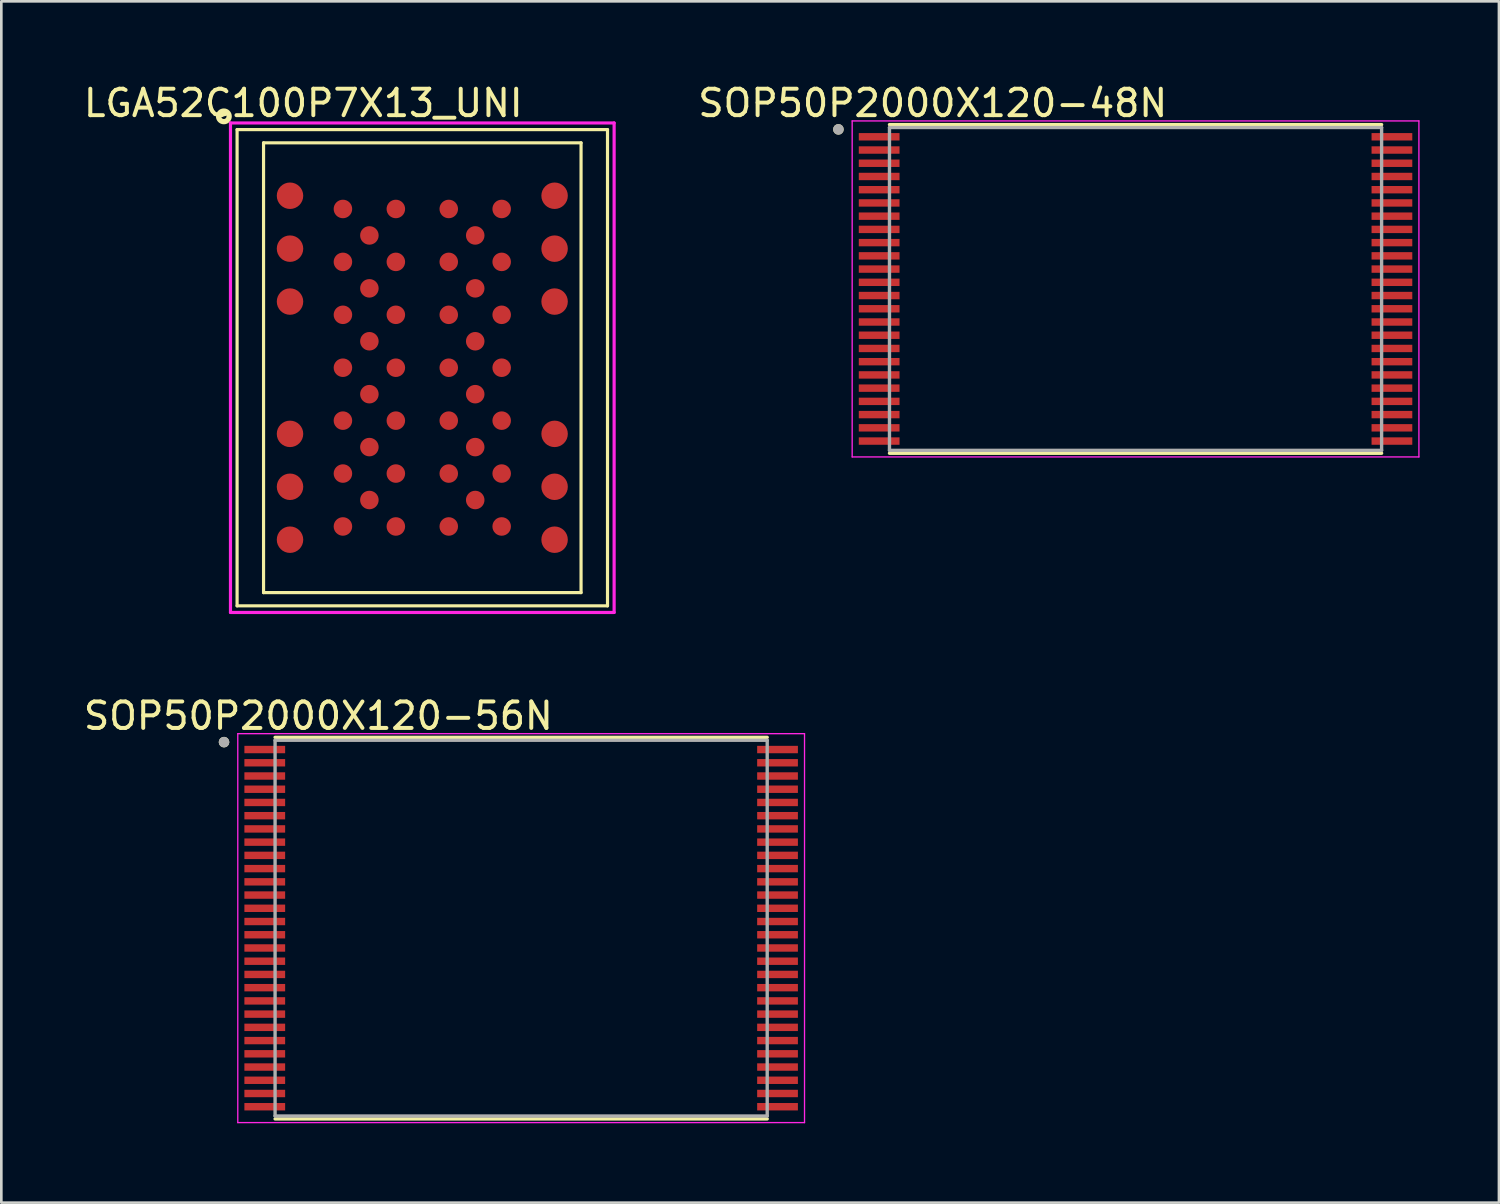
<source format=kicad_pcb>
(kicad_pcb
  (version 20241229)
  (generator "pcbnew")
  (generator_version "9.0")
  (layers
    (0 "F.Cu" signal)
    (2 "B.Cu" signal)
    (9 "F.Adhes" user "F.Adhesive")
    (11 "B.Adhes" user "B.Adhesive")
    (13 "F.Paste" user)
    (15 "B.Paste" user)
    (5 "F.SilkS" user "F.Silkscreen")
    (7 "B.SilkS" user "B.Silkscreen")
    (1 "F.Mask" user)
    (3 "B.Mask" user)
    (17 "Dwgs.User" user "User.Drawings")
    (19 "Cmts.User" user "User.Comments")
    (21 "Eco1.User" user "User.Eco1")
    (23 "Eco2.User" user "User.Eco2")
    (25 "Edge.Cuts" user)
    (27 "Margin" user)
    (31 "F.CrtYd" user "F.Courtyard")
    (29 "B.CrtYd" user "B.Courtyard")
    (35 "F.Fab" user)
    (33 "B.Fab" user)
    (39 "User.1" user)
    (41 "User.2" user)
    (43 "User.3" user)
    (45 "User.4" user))
  (footprint "SOP50P2000X120-48N"
    (layer "F.Cu")
    (at 39.868 7.87)
    (property "Reference" "SOP50P2000X120-48N" (at -7.665 -7.022 0) (layer "F.SilkS") (effects (font (size 1 1) (thickness 0.15))))
    (attr through_hole)
    (fp_line (start -9.3 -6.21) (end 9.3 -6.21) (stroke (width 0.127) (type solid)) (layer "F.SilkS"))
    (fp_line (start -9.3 6.21) (end 9.3 6.21) (stroke (width 0.127) (type solid)) (layer "F.SilkS"))
    (fp_circle (center -11.23 -6.03) (end -11.13 -6.03) (stroke (width 0.2) (type solid)) (fill no) (layer "F.SilkS"))
    (fp_line (start -10.71 -6.35) (end -10.71 6.35) (stroke (width 0.05) (type solid)) (layer "F.CrtYd"))
    (fp_line (start -10.71 -6.35) (end 10.71 -6.35) (stroke (width 0.05) (type solid)) (layer "F.CrtYd"))
    (fp_line (start -10.71 6.35) (end 10.71 6.35) (stroke (width 0.05) (type solid)) (layer "F.CrtYd"))
    (fp_line (start 10.71 -6.35) (end 10.71 6.35) (stroke (width 0.05) (type solid)) (layer "F.CrtYd"))
    (fp_line (start -9.3 -6.1) (end -9.3 6.1) (stroke (width 0.127) (type solid)) (layer "F.Fab"))
    (fp_line (start -9.3 -6.1) (end 9.3 -6.1) (stroke (width 0.127) (type solid)) (layer "F.Fab"))
    (fp_line (start -9.3 6.1) (end 9.3 6.1) (stroke (width 0.127) (type solid)) (layer "F.Fab"))
    (fp_line (start 9.3 -6.1) (end 9.3 6.1) (stroke (width 0.127) (type solid)) (layer "F.Fab"))
    (fp_circle (center -11.23 -6.03) (end -11.13 -6.03) (stroke (width 0.2) (type solid)) (fill no) (layer "F.Fab"))
    (pad "1" smd rect (at -9.69 -5.75) (size 1.54 0.28) (layers "F.Cu" "F.Mask" "F.Paste"))
    (pad "2" smd rect (at -9.69 -5.25) (size 1.54 0.28) (layers "F.Cu" "F.Mask" "F.Paste"))
    (pad "3" smd rect (at -9.69 -4.75) (size 1.54 0.28) (layers "F.Cu" "F.Mask" "F.Paste"))
    (pad "4" smd rect (at -9.69 -4.25) (size 1.54 0.28) (layers "F.Cu" "F.Mask" "F.Paste"))
    (pad "5" smd rect (at -9.69 -3.75) (size 1.54 0.28) (layers "F.Cu" "F.Mask" "F.Paste"))
    (pad "6" smd rect (at -9.69 -3.25) (size 1.54 0.28) (layers "F.Cu" "F.Mask" "F.Paste"))
    (pad "7" smd rect (at -9.69 -2.75) (size 1.54 0.28) (layers "F.Cu" "F.Mask" "F.Paste"))
    (pad "8" smd rect (at -9.69 -2.25) (size 1.54 0.28) (layers "F.Cu" "F.Mask" "F.Paste"))
    (pad "9" smd rect (at -9.69 -1.75) (size 1.54 0.28) (layers "F.Cu" "F.Mask" "F.Paste"))
    (pad "10" smd rect (at -9.69 -1.25) (size 1.54 0.28) (layers "F.Cu" "F.Mask" "F.Paste"))
    (pad "11" smd rect (at -9.69 -0.75) (size 1.54 0.28) (layers "F.Cu" "F.Mask" "F.Paste"))
    (pad "12" smd rect (at -9.69 -0.25) (size 1.54 0.28) (layers "F.Cu" "F.Mask" "F.Paste"))
    (pad "13" smd rect (at -9.69 0.25) (size 1.54 0.28) (layers "F.Cu" "F.Mask" "F.Paste"))
    (pad "14" smd rect (at -9.69 0.75) (size 1.54 0.28) (layers "F.Cu" "F.Mask" "F.Paste"))
    (pad "15" smd rect (at -9.69 1.25) (size 1.54 0.28) (layers "F.Cu" "F.Mask" "F.Paste"))
    (pad "16" smd rect (at -9.69 1.75) (size 1.54 0.28) (layers "F.Cu" "F.Mask" "F.Paste"))
    (pad "17" smd rect (at -9.69 2.25) (size 1.54 0.28) (layers "F.Cu" "F.Mask" "F.Paste"))
    (pad "18" smd rect (at -9.69 2.75) (size 1.54 0.28) (layers "F.Cu" "F.Mask" "F.Paste"))
    (pad "19" smd rect (at -9.69 3.25) (size 1.54 0.28) (layers "F.Cu" "F.Mask" "F.Paste"))
    (pad "20" smd rect (at -9.69 3.75) (size 1.54 0.28) (layers "F.Cu" "F.Mask" "F.Paste"))
    (pad "21" smd rect (at -9.69 4.25) (size 1.54 0.28) (layers "F.Cu" "F.Mask" "F.Paste"))
    (pad "22" smd rect (at -9.69 4.75) (size 1.54 0.28) (layers "F.Cu" "F.Mask" "F.Paste"))
    (pad "23" smd rect (at -9.69 5.25) (size 1.54 0.28) (layers "F.Cu" "F.Mask" "F.Paste"))
    (pad "24" smd rect (at -9.69 5.75) (size 1.54 0.28) (layers "F.Cu" "F.Mask" "F.Paste"))
    (pad "25" smd rect (at 9.69 5.75) (size 1.54 0.28) (layers "F.Cu" "F.Mask" "F.Paste"))
    (pad "26" smd rect (at 9.69 5.25) (size 1.54 0.28) (layers "F.Cu" "F.Mask" "F.Paste"))
    (pad "27" smd rect (at 9.69 4.75) (size 1.54 0.28) (layers "F.Cu" "F.Mask" "F.Paste"))
    (pad "28" smd rect (at 9.69 4.25) (size 1.54 0.28) (layers "F.Cu" "F.Mask" "F.Paste"))
    (pad "29" smd rect (at 9.69 3.75) (size 1.54 0.28) (layers "F.Cu" "F.Mask" "F.Paste"))
    (pad "30" smd rect (at 9.69 3.25) (size 1.54 0.28) (layers "F.Cu" "F.Mask" "F.Paste"))
    (pad "31" smd rect (at 9.69 2.75) (size 1.54 0.28) (layers "F.Cu" "F.Mask" "F.Paste"))
    (pad "32" smd rect (at 9.69 2.25) (size 1.54 0.28) (layers "F.Cu" "F.Mask" "F.Paste"))
    (pad "33" smd rect (at 9.69 1.75) (size 1.54 0.28) (layers "F.Cu" "F.Mask" "F.Paste"))
    (pad "34" smd rect (at 9.69 1.25) (size 1.54 0.28) (layers "F.Cu" "F.Mask" "F.Paste"))
    (pad "35" smd rect (at 9.69 0.75) (size 1.54 0.28) (layers "F.Cu" "F.Mask" "F.Paste"))
    (pad "36" smd rect (at 9.69 0.25) (size 1.54 0.28) (layers "F.Cu" "F.Mask" "F.Paste"))
    (pad "37" smd rect (at 9.69 -0.25) (size 1.54 0.28) (layers "F.Cu" "F.Mask" "F.Paste"))
    (pad "38" smd rect (at 9.69 -0.75) (size 1.54 0.28) (layers "F.Cu" "F.Mask" "F.Paste"))
    (pad "39" smd rect (at 9.69 -1.25) (size 1.54 0.28) (layers "F.Cu" "F.Mask" "F.Paste"))
    (pad "40" smd rect (at 9.69 -1.75) (size 1.54 0.28) (layers "F.Cu" "F.Mask" "F.Paste"))
    (pad "41" smd rect (at 9.69 -2.25) (size 1.54 0.28) (layers "F.Cu" "F.Mask" "F.Paste"))
    (pad "42" smd rect (at 9.69 -2.75) (size 1.54 0.28) (layers "F.Cu" "F.Mask" "F.Paste"))
    (pad "43" smd rect (at 9.69 -3.25) (size 1.54 0.28) (layers "F.Cu" "F.Mask" "F.Paste"))
    (pad "44" smd rect (at 9.69 -3.75) (size 1.54 0.28) (layers "F.Cu" "F.Mask" "F.Paste"))
    (pad "45" smd rect (at 9.69 -4.25) (size 1.54 0.28) (layers "F.Cu" "F.Mask" "F.Paste"))
    (pad "46" smd rect (at 9.69 -4.75) (size 1.54 0.28) (layers "F.Cu" "F.Mask" "F.Paste"))
    (pad "47" smd rect (at 9.69 -5.25) (size 1.54 0.28) (layers "F.Cu" "F.Mask" "F.Paste"))
    (pad "48" smd rect (at 9.69 -5.75) (size 1.54 0.28) (layers "F.Cu" "F.Mask" "F.Paste")))
  (footprint "SOP50P2000X120-56N"
    (layer "F.Cu")
    (at 16.647 32.029)
    (property "Reference" "SOP50P2000X120-56N" (at -7.665 -8.022 0) (layer "F.SilkS") (effects (font (size 1 1) (thickness 0.15))))
    (attr through_hole)
    (fp_line (start -9.3 -7.21) (end 9.3 -7.21) (stroke (width 0.127) (type solid)) (layer "F.SilkS"))
    (fp_line (start -9.3 7.21) (end 9.3 7.21) (stroke (width 0.127) (type solid)) (layer "F.SilkS"))
    (fp_circle (center -11.23 -7.03) (end -11.13 -7.03) (stroke (width 0.2) (type solid)) (fill no) (layer "F.SilkS"))
    (fp_line (start -10.71 -7.35) (end -10.71 7.35) (stroke (width 0.05) (type solid)) (layer "F.CrtYd"))
    (fp_line (start -10.71 -7.35) (end 10.71 -7.35) (stroke (width 0.05) (type solid)) (layer "F.CrtYd"))
    (fp_line (start -10.71 7.35) (end 10.71 7.35) (stroke (width 0.05) (type solid)) (layer "F.CrtYd"))
    (fp_line (start 10.71 -7.35) (end 10.71 7.35) (stroke (width 0.05) (type solid)) (layer "F.CrtYd"))
    (fp_line (start -9.3 -7.1) (end -9.3 7.1) (stroke (width 0.127) (type solid)) (layer "F.Fab"))
    (fp_line (start -9.3 -7.1) (end 9.3 -7.1) (stroke (width 0.127) (type solid)) (layer "F.Fab"))
    (fp_line (start -9.3 7.1) (end 9.3 7.1) (stroke (width 0.127) (type solid)) (layer "F.Fab"))
    (fp_line (start 9.3 -7.1) (end 9.3 7.1) (stroke (width 0.127) (type solid)) (layer "F.Fab"))
    (fp_circle (center -11.23 -7.03) (end -11.13 -7.03) (stroke (width 0.2) (type solid)) (fill no) (layer "F.Fab"))
    (pad "1" smd rect (at -9.69 -6.75) (size 1.54 0.28) (layers "F.Cu" "F.Mask" "F.Paste"))
    (pad "2" smd rect (at -9.69 -6.25) (size 1.54 0.28) (layers "F.Cu" "F.Mask" "F.Paste"))
    (pad "3" smd rect (at -9.69 -5.75) (size 1.54 0.28) (layers "F.Cu" "F.Mask" "F.Paste"))
    (pad "4" smd rect (at -9.69 -5.25) (size 1.54 0.28) (layers "F.Cu" "F.Mask" "F.Paste"))
    (pad "5" smd rect (at -9.69 -4.75) (size 1.54 0.28) (layers "F.Cu" "F.Mask" "F.Paste"))
    (pad "6" smd rect (at -9.69 -4.25) (size 1.54 0.28) (layers "F.Cu" "F.Mask" "F.Paste"))
    (pad "7" smd rect (at -9.69 -3.75) (size 1.54 0.28) (layers "F.Cu" "F.Mask" "F.Paste"))
    (pad "8" smd rect (at -9.69 -3.25) (size 1.54 0.28) (layers "F.Cu" "F.Mask" "F.Paste"))
    (pad "9" smd rect (at -9.69 -2.75) (size 1.54 0.28) (layers "F.Cu" "F.Mask" "F.Paste"))
    (pad "10" smd rect (at -9.69 -2.25) (size 1.54 0.28) (layers "F.Cu" "F.Mask" "F.Paste"))
    (pad "11" smd rect (at -9.69 -1.75) (size 1.54 0.28) (layers "F.Cu" "F.Mask" "F.Paste"))
    (pad "12" smd rect (at -9.69 -1.25) (size 1.54 0.28) (layers "F.Cu" "F.Mask" "F.Paste"))
    (pad "13" smd rect (at -9.69 -0.75) (size 1.54 0.28) (layers "F.Cu" "F.Mask" "F.Paste"))
    (pad "14" smd rect (at -9.69 -0.25) (size 1.54 0.28) (layers "F.Cu" "F.Mask" "F.Paste"))
    (pad "15" smd rect (at -9.69 0.25) (size 1.54 0.28) (layers "F.Cu" "F.Mask" "F.Paste"))
    (pad "16" smd rect (at -9.69 0.75) (size 1.54 0.28) (layers "F.Cu" "F.Mask" "F.Paste"))
    (pad "17" smd rect (at -9.69 1.25) (size 1.54 0.28) (layers "F.Cu" "F.Mask" "F.Paste"))
    (pad "18" smd rect (at -9.69 1.75) (size 1.54 0.28) (layers "F.Cu" "F.Mask" "F.Paste"))
    (pad "19" smd rect (at -9.69 2.25) (size 1.54 0.28) (layers "F.Cu" "F.Mask" "F.Paste"))
    (pad "20" smd rect (at -9.69 2.75) (size 1.54 0.28) (layers "F.Cu" "F.Mask" "F.Paste"))
    (pad "21" smd rect (at -9.69 3.25) (size 1.54 0.28) (layers "F.Cu" "F.Mask" "F.Paste"))
    (pad "22" smd rect (at -9.69 3.75) (size 1.54 0.28) (layers "F.Cu" "F.Mask" "F.Paste"))
    (pad "23" smd rect (at -9.69 4.25) (size 1.54 0.28) (layers "F.Cu" "F.Mask" "F.Paste"))
    (pad "24" smd rect (at -9.69 4.75) (size 1.54 0.28) (layers "F.Cu" "F.Mask" "F.Paste"))
    (pad "25" smd rect (at -9.69 5.25) (size 1.54 0.28) (layers "F.Cu" "F.Mask" "F.Paste"))
    (pad "26" smd rect (at -9.69 5.75) (size 1.54 0.28) (layers "F.Cu" "F.Mask" "F.Paste"))
    (pad "27" smd rect (at -9.69 6.25) (size 1.54 0.28) (layers "F.Cu" "F.Mask" "F.Paste"))
    (pad "28" smd rect (at -9.69 6.75) (size 1.54 0.28) (layers "F.Cu" "F.Mask" "F.Paste"))
    (pad "29" smd rect (at 9.69 6.75) (size 1.54 0.28) (layers "F.Cu" "F.Mask" "F.Paste"))
    (pad "30" smd rect (at 9.69 6.25) (size 1.54 0.28) (layers "F.Cu" "F.Mask" "F.Paste"))
    (pad "31" smd rect (at 9.69 5.75) (size 1.54 0.28) (layers "F.Cu" "F.Mask" "F.Paste"))
    (pad "32" smd rect (at 9.69 5.25) (size 1.54 0.28) (layers "F.Cu" "F.Mask" "F.Paste"))
    (pad "33" smd rect (at 9.69 4.75) (size 1.54 0.28) (layers "F.Cu" "F.Mask" "F.Paste"))
    (pad "34" smd rect (at 9.69 4.25) (size 1.54 0.28) (layers "F.Cu" "F.Mask" "F.Paste"))
    (pad "35" smd rect (at 9.69 3.75) (size 1.54 0.28) (layers "F.Cu" "F.Mask" "F.Paste"))
    (pad "36" smd rect (at 9.69 3.25) (size 1.54 0.28) (layers "F.Cu" "F.Mask" "F.Paste"))
    (pad "37" smd rect (at 9.69 2.75) (size 1.54 0.28) (layers "F.Cu" "F.Mask" "F.Paste"))
    (pad "38" smd rect (at 9.69 2.25) (size 1.54 0.28) (layers "F.Cu" "F.Mask" "F.Paste"))
    (pad "39" smd rect (at 9.69 1.75) (size 1.54 0.28) (layers "F.Cu" "F.Mask" "F.Paste"))
    (pad "40" smd rect (at 9.69 1.25) (size 1.54 0.28) (layers "F.Cu" "F.Mask" "F.Paste"))
    (pad "41" smd rect (at 9.69 0.75) (size 1.54 0.28) (layers "F.Cu" "F.Mask" "F.Paste"))
    (pad "42" smd rect (at 9.69 0.25) (size 1.54 0.28) (layers "F.Cu" "F.Mask" "F.Paste"))
    (pad "43" smd rect (at 9.69 -0.25) (size 1.54 0.28) (layers "F.Cu" "F.Mask" "F.Paste"))
    (pad "44" smd rect (at 9.69 -0.75) (size 1.54 0.28) (layers "F.Cu" "F.Mask" "F.Paste"))
    (pad "45" smd rect (at 9.69 -1.25) (size 1.54 0.28) (layers "F.Cu" "F.Mask" "F.Paste"))
    (pad "46" smd rect (at 9.69 -1.75) (size 1.54 0.28) (layers "F.Cu" "F.Mask" "F.Paste"))
    (pad "47" smd rect (at 9.69 -2.25) (size 1.54 0.28) (layers "F.Cu" "F.Mask" "F.Paste"))
    (pad "48" smd rect (at 9.69 -2.75) (size 1.54 0.28) (layers "F.Cu" "F.Mask" "F.Paste"))
    (pad "49" smd rect (at 9.69 -3.25) (size 1.54 0.28) (layers "F.Cu" "F.Mask" "F.Paste"))
    (pad "50" smd rect (at 9.69 -3.75) (size 1.54 0.28) (layers "F.Cu" "F.Mask" "F.Paste"))
    (pad "51" smd rect (at 9.69 -4.25) (size 1.54 0.28) (layers "F.Cu" "F.Mask" "F.Paste"))
    (pad "52" smd rect (at 9.69 -4.75) (size 1.54 0.28) (layers "F.Cu" "F.Mask" "F.Paste"))
    (pad "53" smd rect (at 9.69 -5.25) (size 1.54 0.28) (layers "F.Cu" "F.Mask" "F.Paste"))
    (pad "54" smd rect (at 9.69 -5.75) (size 1.54 0.28) (layers "F.Cu" "F.Mask" "F.Paste"))
    (pad "55" smd rect (at 9.69 -6.25) (size 1.54 0.28) (layers "F.Cu" "F.Mask" "F.Paste"))
    (pad "56" smd rect (at 9.69 -6.75) (size 1.54 0.28) (layers "F.Cu" "F.Mask" "F.Paste")))
  (footprint "LGA52C100P7X13_UNI"
    (layer "F.Cu")
    (at 12.911 10.848)
    (property "Reference" "LGA52C100P7X13_UNI" (at -4.5 -10 0) (layer "F.SilkS") (effects (font (size 1 1) (thickness 0.15))))
    (attr through_hole)
    (fp_line (start -7 -9) (end 7 -9) (stroke (width 0.12) (type solid)) (layer "F.SilkS"))
    (fp_line (start -7 9) (end -7 -9) (stroke (width 0.12) (type solid)) (layer "F.SilkS"))
    (fp_line (start -6 -8.5) (end 6 -8.5) (stroke (width 0.12) (type solid)) (layer "F.SilkS"))
    (fp_line (start -6 8.5) (end -6 -8.5) (stroke (width 0.12) (type solid)) (layer "F.SilkS"))
    (fp_line (start 6 -8.5) (end 6 8.5) (stroke (width 0.12) (type solid)) (layer "F.SilkS"))
    (fp_line (start 6 8.5) (end -6 8.5) (stroke (width 0.12) (type solid)) (layer "F.SilkS"))
    (fp_line (start 7 -9) (end 7 9) (stroke (width 0.12) (type solid)) (layer "F.SilkS"))
    (fp_line (start 7 9) (end -7 9) (stroke (width 0.12) (type solid)) (layer "F.SilkS"))
    (fp_circle (center -7.5 -9.5) (end -7.3 -9.5) (stroke (width 0.2) (type solid)) (fill no) (layer "F.SilkS"))
    (fp_line (start -7.25 -9.25) (end 7.25 -9.25) (stroke (width 0.12) (type solid)) (layer "F.CrtYd"))
    (fp_line (start -7.25 9.25) (end -7.25 -9.25) (stroke (width 0.12) (type solid)) (layer "F.CrtYd"))
    (fp_line (start 7.25 -9.25) (end 7.25 9.25) (stroke (width 0.12) (type solid)) (layer "F.CrtYd"))
    (fp_line (start 7.25 9.25) (end -7.25 9.25) (stroke (width 0.12) (type solid)) (layer "F.CrtYd"))
    (pad "A1" smd circle (at -3 -6) (size 0.7 0.7) (layers "F.Cu" "F.Mask" "F.Paste"))
    (pad "A3" smd circle (at -1 -6) (size 0.7 0.7) (layers "F.Cu" "F.Mask" "F.Paste"))
    (pad "A5" smd circle (at 1 -6) (size 0.7 0.7) (layers "F.Cu" "F.Mask" "F.Paste"))
    (pad "A7" smd circle (at 3 -6) (size 0.7 0.7) (layers "F.Cu" "F.Mask" "F.Paste"))
    (pad "B2" smd circle (at -2 -5) (size 0.7 0.7) (layers "F.Cu" "F.Mask" "F.Paste"))
    (pad "B6" smd circle (at 2 -5) (size 0.7 0.7) (layers "F.Cu" "F.Mask" "F.Paste"))
    (pad "C1" smd circle (at -3 -4) (size 0.7 0.7) (layers "F.Cu" "F.Mask" "F.Paste"))
    (pad "C3" smd circle (at -1 -4) (size 0.7 0.7) (layers "F.Cu" "F.Mask" "F.Paste"))
    (pad "C5" smd circle (at 1 -4) (size 0.7 0.7) (layers "F.Cu" "F.Mask" "F.Paste"))
    (pad "C7" smd circle (at 3 -4) (size 0.7 0.7) (layers "F.Cu" "F.Mask" "F.Paste"))
    (pad "D2" smd circle (at -2 -3) (size 0.7 0.7) (layers "F.Cu" "F.Mask" "F.Paste"))
    (pad "D6" smd circle (at 2 -3) (size 0.7 0.7) (layers "F.Cu" "F.Mask" "F.Paste"))
    (pad "E1" smd circle (at -3 -2) (size 0.7 0.7) (layers "F.Cu" "F.Mask" "F.Paste"))
    (pad "E3" smd circle (at -1 -2) (size 0.7 0.7) (layers "F.Cu" "F.Mask" "F.Paste"))
    (pad "E5" smd circle (at 1 -2) (size 0.7 0.7) (layers "F.Cu" "F.Mask" "F.Paste"))
    (pad "E7" smd circle (at 3 -2) (size 0.7 0.7) (layers "F.Cu" "F.Mask" "F.Paste"))
    (pad "F2" smd circle (at -2 -1) (size 0.7 0.7) (layers "F.Cu" "F.Mask" "F.Paste"))
    (pad "F6" smd circle (at 2 -1) (size 0.7 0.7) (layers "F.Cu" "F.Mask" "F.Paste"))
    (pad "G1" smd circle (at -3 0) (size 0.7 0.7) (layers "F.Cu" "F.Mask" "F.Paste"))
    (pad "G3" smd circle (at -1 0) (size 0.7 0.7) (layers "F.Cu" "F.Mask" "F.Paste"))
    (pad "G5" smd circle (at 1 0) (size 0.7 0.7) (layers "F.Cu" "F.Mask" "F.Paste"))
    (pad "G7" smd circle (at 3 0) (size 0.7 0.7) (layers "F.Cu" "F.Mask" "F.Paste"))
    (pad "H2" smd circle (at -2 1) (size 0.7 0.7) (layers "F.Cu" "F.Mask" "F.Paste"))
    (pad "H6" smd circle (at 2 1) (size 0.7 0.7) (layers "F.Cu" "F.Mask" "F.Paste"))
    (pad "J1" smd circle (at -3 2) (size 0.7 0.7) (layers "F.Cu" "F.Mask" "F.Paste"))
    (pad "J3" smd circle (at -1 2) (size 0.7 0.7) (layers "F.Cu" "F.Mask" "F.Paste"))
    (pad "J5" smd circle (at 1 2) (size 0.7 0.7) (layers "F.Cu" "F.Mask" "F.Paste"))
    (pad "J7" smd circle (at 3 2) (size 0.7 0.7) (layers "F.Cu" "F.Mask" "F.Paste"))
    (pad "K2" smd circle (at -2 3) (size 0.7 0.7) (layers "F.Cu" "F.Mask" "F.Paste"))
    (pad "K6" smd circle (at 2 3) (size 0.7 0.7) (layers "F.Cu" "F.Mask" "F.Paste"))
    (pad "L1" smd circle (at -3 4) (size 0.7 0.7) (layers "F.Cu" "F.Mask" "F.Paste"))
    (pad "L3" smd circle (at -1 4) (size 0.7 0.7) (layers "F.Cu" "F.Mask" "F.Paste"))
    (pad "L5" smd circle (at 1 4) (size 0.7 0.7) (layers "F.Cu" "F.Mask" "F.Paste"))
    (pad "L7" smd circle (at 3 4) (size 0.7 0.7) (layers "F.Cu" "F.Mask" "F.Paste"))
    (pad "M2" smd circle (at -2 5) (size 0.7 0.7) (layers "F.Cu" "F.Mask" "F.Paste"))
    (pad "M6" smd circle (at 2 5) (size 0.7 0.7) (layers "F.Cu" "F.Mask" "F.Paste"))
    (pad "N1" smd circle (at -3 6) (size 0.7 0.7) (layers "F.Cu" "F.Mask" "F.Paste"))
    (pad "N3" smd circle (at -1 6) (size 0.7 0.7) (layers "F.Cu" "F.Mask" "F.Paste"))
    (pad "N5" smd circle (at 1 6) (size 0.7 0.7) (layers "F.Cu" "F.Mask" "F.Paste"))
    (pad "N7" smd circle (at 3 6) (size 0.7 0.7) (layers "F.Cu" "F.Mask" "F.Paste"))
    (pad "OA0" smd circle (at -5 -6.5) (size 1 1) (layers "F.Cu" "F.Mask" "F.Paste"))
    (pad "OA8" smd circle (at 5 -6.5) (size 1 1) (layers "F.Cu" "F.Mask" "F.Paste"))
    (pad "OB0" smd circle (at -5 -4.5) (size 1 1) (layers "F.Cu" "F.Mask" "F.Paste"))
    (pad "OB8" smd circle (at 5 -4.5) (size 1 1) (layers "F.Cu" "F.Mask" "F.Paste"))
    (pad "OC0" smd circle (at -5 -2.5) (size 1 1) (layers "F.Cu" "F.Mask" "F.Paste"))
    (pad "OC8" smd circle (at 5 -2.5) (size 1 1) (layers "F.Cu" "F.Mask" "F.Paste"))
    (pad "OD0" smd circle (at -5 2.5) (size 1 1) (layers "F.Cu" "F.Mask" "F.Paste"))
    (pad "OD8" smd circle (at 5 2.5) (size 1 1) (layers "F.Cu" "F.Mask" "F.Paste"))
    (pad "OE0" smd circle (at -5 4.5) (size 1 1) (layers "F.Cu" "F.Mask" "F.Paste"))
    (pad "OE8" smd circle (at 5 4.5) (size 1 1) (layers "F.Cu" "F.Mask" "F.Paste"))
    (pad "OF0" smd circle (at -5 6.5) (size 1 1) (layers "F.Cu" "F.Mask" "F.Paste"))
    (pad "OF8" smd circle (at 5 6.5) (size 1 1) (layers "F.Cu" "F.Mask" "F.Paste")))
  (gr_rect
    (start -3 -3)
    (end 53.603 42.404)
    (stroke (width 0.1) (type default))
    (fill no)
    (layer "Edge.Cuts")))
</source>
